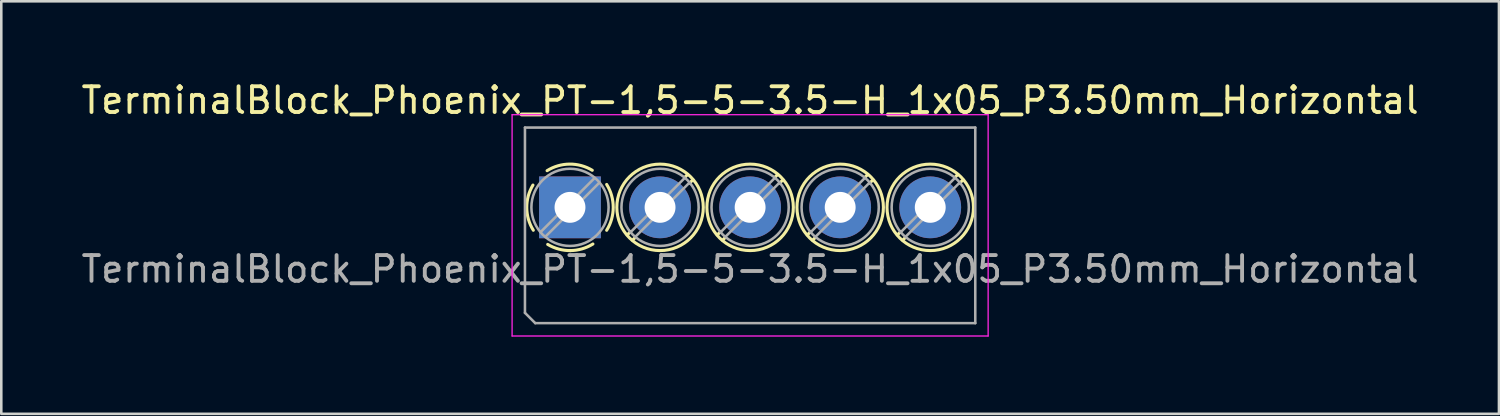
<source format=kicad_pcb>
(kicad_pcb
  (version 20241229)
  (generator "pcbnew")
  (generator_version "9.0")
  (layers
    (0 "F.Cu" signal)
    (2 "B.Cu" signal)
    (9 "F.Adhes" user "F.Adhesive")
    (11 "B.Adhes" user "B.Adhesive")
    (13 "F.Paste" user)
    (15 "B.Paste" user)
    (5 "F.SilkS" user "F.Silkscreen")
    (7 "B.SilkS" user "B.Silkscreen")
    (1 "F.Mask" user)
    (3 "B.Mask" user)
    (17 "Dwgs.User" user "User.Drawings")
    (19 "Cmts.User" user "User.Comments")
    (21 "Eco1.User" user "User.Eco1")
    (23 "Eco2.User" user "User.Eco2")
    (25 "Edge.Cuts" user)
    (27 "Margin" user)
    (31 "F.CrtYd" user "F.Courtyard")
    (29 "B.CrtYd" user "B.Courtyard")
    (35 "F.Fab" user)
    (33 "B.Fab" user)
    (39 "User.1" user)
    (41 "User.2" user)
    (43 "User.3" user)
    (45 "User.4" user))
  (footprint "TerminalBlock_Phoenix_PT-1,5-5-3.5-H_1x05_P3.50mm_Horizontal"
    (layer "F.Cu")
    (at 19.101 5.008)
    (property "Reference" "TerminalBlock_Phoenix_PT-1,5-5-3.5-H_1x05_P3.50mm_Horizontal" (at 7 -4.16 0) (layer "F.SilkS") (effects (font (size 1 1) (thickness 0.15))))
    (attr through_hole)
    (fp_line (start 2.355 0.941) (end 2.226 1.069) (stroke (width 0.12) (type solid)) (layer "F.SilkS"))
    (fp_line (start 2.525 1.181) (end 2.431 1.274) (stroke (width 0.12) (type solid)) (layer "F.SilkS"))
    (fp_line (start 4.57 -1.275) (end 4.476 -1.181) (stroke (width 0.12) (type solid)) (layer "F.SilkS"))
    (fp_line (start 4.775 -1.069) (end 4.646 -0.941) (stroke (width 0.12) (type solid)) (layer "F.SilkS"))
    (fp_line (start 5.855 0.941) (end 5.726 1.069) (stroke (width 0.12) (type solid)) (layer "F.SilkS"))
    (fp_line (start 6.025 1.181) (end 5.931 1.274) (stroke (width 0.12) (type solid)) (layer "F.SilkS"))
    (fp_line (start 8.07 -1.275) (end 7.976 -1.181) (stroke (width 0.12) (type solid)) (layer "F.SilkS"))
    (fp_line (start 8.275 -1.069) (end 8.146 -0.941) (stroke (width 0.12) (type solid)) (layer "F.SilkS"))
    (fp_line (start 9.355 0.941) (end 9.226 1.069) (stroke (width 0.12) (type solid)) (layer "F.SilkS"))
    (fp_line (start 9.525 1.181) (end 9.431 1.274) (stroke (width 0.12) (type solid)) (layer "F.SilkS"))
    (fp_line (start 11.57 -1.275) (end 11.476 -1.181) (stroke (width 0.12) (type solid)) (layer "F.SilkS"))
    (fp_line (start 11.775 -1.069) (end 11.646 -0.941) (stroke (width 0.12) (type solid)) (layer "F.SilkS"))
    (fp_line (start 12.855 0.941) (end 12.726 1.069) (stroke (width 0.12) (type solid)) (layer "F.SilkS"))
    (fp_line (start 13.025 1.181) (end 12.931 1.274) (stroke (width 0.12) (type solid)) (layer "F.SilkS"))
    (fp_line (start 15.07 -1.275) (end 14.976 -1.181) (stroke (width 0.12) (type solid)) (layer "F.SilkS"))
    (fp_line (start 15.275 -1.069) (end 15.146 -0.941) (stroke (width 0.12) (type solid)) (layer "F.SilkS"))
    (fp_arc (start -1.425358 0.889894) (mid -1.680286 0.014012) (end -1.44 -0.866) (stroke (width 0.12) (type solid)) (layer "F.SilkS"))
    (fp_arc (start -0.889894 -1.425358) (mid -0.014012 -1.680286) (end 0.866 -1.44) (stroke (width 0.12) (type solid)) (layer "F.SilkS"))
    (fp_arc (start 0.028674 1.680099) (mid -0.435535 1.622918) (end -0.866 1.44) (stroke (width 0.12) (type solid)) (layer "F.SilkS"))
    (fp_arc (start 0.890264 1.424721) (mid 0.463071 1.61492) (end 0 1.68) (stroke (width 0.12) (type solid)) (layer "F.SilkS"))
    (fp_arc (start 1.425504 -0.890193) (mid 1.680626 0.000476) (end 1.425 0.891) (stroke (width 0.12) (type solid)) (layer "F.SilkS"))
    (fp_circle (center 3.5 0) (end 5.18 0) (stroke (width 0.12) (type solid)) (fill no) (layer "F.SilkS"))
    (fp_circle (center 7 0) (end 8.68 0) (stroke (width 0.12) (type solid)) (fill no) (layer "F.SilkS"))
    (fp_circle (center 10.5 0) (end 12.18 0) (stroke (width 0.12) (type solid)) (fill no) (layer "F.SilkS"))
    (fp_circle (center 14 0) (end 15.68 0) (stroke (width 0.12) (type solid)) (fill no) (layer "F.SilkS"))
    (fp_line (start -2.25 -3.6) (end -2.25 5) (stroke (width 0.05) (type solid)) (layer "F.CrtYd"))
    (fp_line (start -2.25 5) (end 16.25 5) (stroke (width 0.05) (type solid)) (layer "F.CrtYd"))
    (fp_line (start 16.25 -3.6) (end -2.25 -3.6) (stroke (width 0.05) (type solid)) (layer "F.CrtYd"))
    (fp_line (start 16.25 5) (end 16.25 -3.6) (stroke (width 0.05) (type solid)) (layer "F.CrtYd"))
    (fp_line (start -1.75 -3.1) (end 15.75 -3.1) (stroke (width 0.1) (type solid)) (layer "F.Fab"))
    (fp_line (start -1.75 4.1) (end -1.75 -3.1) (stroke (width 0.1) (type solid)) (layer "F.Fab"))
    (fp_line (start -1.35 4.5) (end -1.75 4.1) (stroke (width 0.1) (type solid)) (layer "F.Fab"))
    (fp_line (start 0.955 -1.138) (end -1.138 0.955) (stroke (width 0.1) (type solid)) (layer "F.Fab"))
    (fp_line (start 1.138 -0.955) (end -0.955 1.138) (stroke (width 0.1) (type solid)) (layer "F.Fab"))
    (fp_line (start 4.455 -1.138) (end 2.363 0.955) (stroke (width 0.1) (type solid)) (layer "F.Fab"))
    (fp_line (start 4.638 -0.955) (end 2.546 1.138) (stroke (width 0.1) (type solid)) (layer "F.Fab"))
    (fp_line (start 7.955 -1.138) (end 5.863 0.955) (stroke (width 0.1) (type solid)) (layer "F.Fab"))
    (fp_line (start 8.138 -0.955) (end 6.046 1.138) (stroke (width 0.1) (type solid)) (layer "F.Fab"))
    (fp_line (start 11.455 -1.138) (end 9.363 0.955) (stroke (width 0.1) (type solid)) (layer "F.Fab"))
    (fp_line (start 11.638 -0.955) (end 9.546 1.138) (stroke (width 0.1) (type solid)) (layer "F.Fab"))
    (fp_line (start 14.955 -1.138) (end 12.863 0.955) (stroke (width 0.1) (type solid)) (layer "F.Fab"))
    (fp_line (start 15.138 -0.955) (end 13.046 1.138) (stroke (width 0.1) (type solid)) (layer "F.Fab"))
    (fp_line (start 15.75 -3.1) (end 15.75 4.5) (stroke (width 0.1) (type solid)) (layer "F.Fab"))
    (fp_line (start 15.75 4.5) (end -1.35 4.5) (stroke (width 0.1) (type solid)) (layer "F.Fab"))
    (fp_circle (center 0 0) (end 1.5 0) (stroke (width 0.1) (type solid)) (fill no) (layer "F.Fab"))
    (fp_circle (center 3.5 0) (end 5 0) (stroke (width 0.1) (type solid)) (fill no) (layer "F.Fab"))
    (fp_circle (center 7 0) (end 8.5 0) (stroke (width 0.1) (type solid)) (fill no) (layer "F.Fab"))
    (fp_circle (center 10.5 0) (end 12 0) (stroke (width 0.1) (type solid)) (fill no) (layer "F.Fab"))
    (fp_circle (center 14 0) (end 15.5 0) (stroke (width 0.1) (type solid)) (fill no) (layer "F.Fab"))
    (fp_text user "${REFERENCE}" (at 7 2.4 0) (layer "F.Fab") (effects (font (size 1 1) (thickness 0.15))))
    (pad "1" thru_hole rect (at 0 0) (size 2.4 2.4) (drill 1.2) (layers "*.Cu" "*.Mask"))
    (pad "2" thru_hole circle (at 3.5 0) (size 2.4 2.4) (drill 1.2) (layers "*.Cu" "*.Mask"))
    (pad "3" thru_hole circle (at 7 0) (size 2.4 2.4) (drill 1.2) (layers "*.Cu" "*.Mask"))
    (pad "4" thru_hole circle (at 10.5 0) (size 2.4 2.4) (drill 1.2) (layers "*.Cu" "*.Mask"))
    (pad "5" thru_hole circle (at 14 0) (size 2.4 2.4) (drill 1.2) (layers "*.Cu" "*.Mask")))
  (gr_rect
    (start -3 -3)
    (end 55.202 13.033)
    (stroke (width 0.1) (type default))
    (fill no)
    (layer "Edge.Cuts")))
</source>
